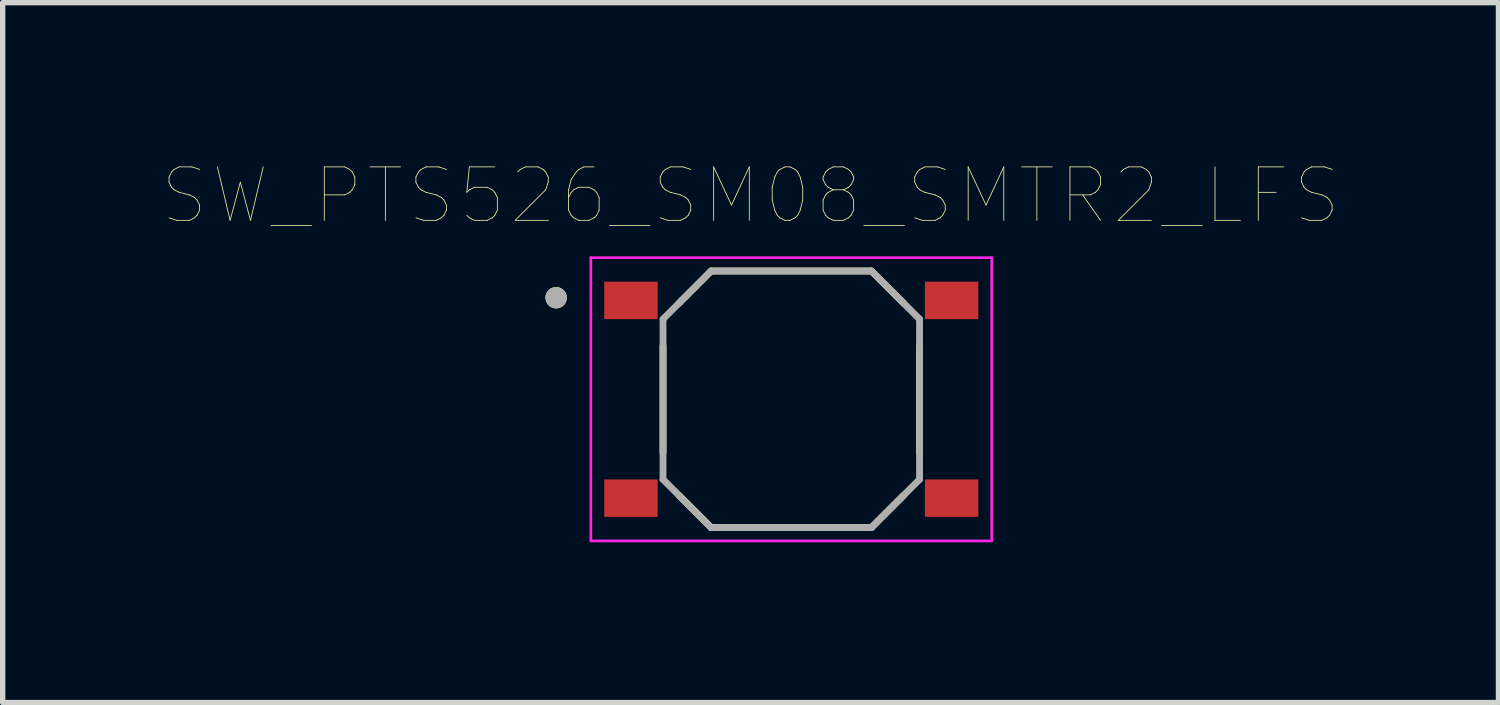
<source format=kicad_pcb>
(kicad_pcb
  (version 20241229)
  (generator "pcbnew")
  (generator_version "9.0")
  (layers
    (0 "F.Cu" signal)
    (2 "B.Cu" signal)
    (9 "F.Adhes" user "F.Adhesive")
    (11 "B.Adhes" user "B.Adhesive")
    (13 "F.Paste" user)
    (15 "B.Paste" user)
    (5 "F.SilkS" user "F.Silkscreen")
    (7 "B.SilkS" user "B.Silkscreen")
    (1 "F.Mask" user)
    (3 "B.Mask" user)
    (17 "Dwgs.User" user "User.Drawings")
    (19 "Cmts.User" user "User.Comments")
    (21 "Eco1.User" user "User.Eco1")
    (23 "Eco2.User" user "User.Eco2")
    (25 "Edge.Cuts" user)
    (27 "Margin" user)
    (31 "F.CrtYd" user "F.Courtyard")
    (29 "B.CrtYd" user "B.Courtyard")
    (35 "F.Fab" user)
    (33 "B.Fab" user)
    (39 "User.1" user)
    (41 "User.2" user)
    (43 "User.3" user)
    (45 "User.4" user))
  (footprint "SW_PTS526_SM08_SMTR2_LFS"
    (layer "F.Cu")
    (at 11.756 4.421)
    (property "Reference" "SW_PTS526_SM08_SMTR2_LFS" (at -0.762 -3.81 0) (layer "F.SilkS") (effects (font (size 1 1) (thickness 0.015))))
    (attr through_hole)
    (fp_line (start -2.4 -1) (end -2.4 1) (stroke (width 0.127) (type solid)) (layer "F.SilkS"))
    (fp_line (start -2.1 1.8) (end -1.5 2.4) (stroke (width 0.127) (type solid)) (layer "F.SilkS"))
    (fp_line (start -1.5 -2.4) (end -2.1 -1.8) (stroke (width 0.127) (type solid)) (layer "F.SilkS"))
    (fp_line (start -1.5 2.4) (end 1.5 2.4) (stroke (width 0.127) (type solid)) (layer "F.SilkS"))
    (fp_line (start 1.5 -2.4) (end -1.5 -2.4) (stroke (width 0.127) (type solid)) (layer "F.SilkS"))
    (fp_line (start 1.5 -2.4) (end 2.1 -1.8) (stroke (width 0.127) (type solid)) (layer "F.SilkS"))
    (fp_line (start 1.5 2.4) (end 2.1 1.8) (stroke (width 0.127) (type solid)) (layer "F.SilkS"))
    (fp_line (start 2.4 -1) (end 2.4 1) (stroke (width 0.127) (type solid)) (layer "F.SilkS"))
    (fp_circle (center -4.4 -1.9) (end -4.3 -1.9) (stroke (width 0.2) (type solid)) (fill no) (layer "F.SilkS"))
    (fp_line (start -3.75 -2.65) (end 3.75 -2.65) (stroke (width 0.05) (type solid)) (layer "F.CrtYd"))
    (fp_line (start -3.75 2.65) (end -3.75 -2.65) (stroke (width 0.05) (type solid)) (layer "F.CrtYd"))
    (fp_line (start 3.75 -2.65) (end 3.75 2.65) (stroke (width 0.05) (type solid)) (layer "F.CrtYd"))
    (fp_line (start 3.75 2.65) (end -3.75 2.65) (stroke (width 0.05) (type solid)) (layer "F.CrtYd"))
    (fp_line (start -2.4 -1.5) (end -2.4 1.5) (stroke (width 0.127) (type solid)) (layer "F.Fab"))
    (fp_line (start -1.5 -2.4) (end -2.4 -1.5) (stroke (width 0.127) (type solid)) (layer "F.Fab"))
    (fp_line (start -1.5 -2.4) (end 1.5 -2.4) (stroke (width 0.127) (type solid)) (layer "F.Fab"))
    (fp_line (start -1.5 2.4) (end -2.4 1.5) (stroke (width 0.127) (type solid)) (layer "F.Fab"))
    (fp_line (start -1.5 2.4) (end 1.5 2.4) (stroke (width 0.127) (type solid)) (layer "F.Fab"))
    (fp_line (start 1.5 -2.4) (end 2.4 -1.5) (stroke (width 0.127) (type solid)) (layer "F.Fab"))
    (fp_line (start 1.5 2.4) (end 2.4 1.5) (stroke (width 0.127) (type solid)) (layer "F.Fab"))
    (fp_line (start 2.4 -1.5) (end 2.4 1.5) (stroke (width 0.127) (type solid)) (layer "F.Fab"))
    (fp_circle (center -4.4 -1.9) (end -4.3 -1.9) (stroke (width 0.2) (type solid)) (fill no) (layer "F.Fab"))
    (pad "1" smd rect (at -3 -1.85) (size 1 0.7) (layers "F.Cu" "F.Mask" "F.Paste"))
    (pad "2" smd rect (at 3 -1.85) (size 1 0.7) (layers "F.Cu" "F.Mask" "F.Paste"))
    (pad "3" smd rect (at -3 1.85) (size 1 0.7) (layers "F.Cu" "F.Mask" "F.Paste"))
    (pad "4" smd rect (at 3 1.85) (size 1 0.7) (layers "F.Cu" "F.Mask" "F.Paste")))
  (gr_rect
    (start -3 -3)
    (end 24.988 10.096)
    (stroke (width 0.1) (type default))
    (fill no)
    (layer "Edge.Cuts")))
</source>
